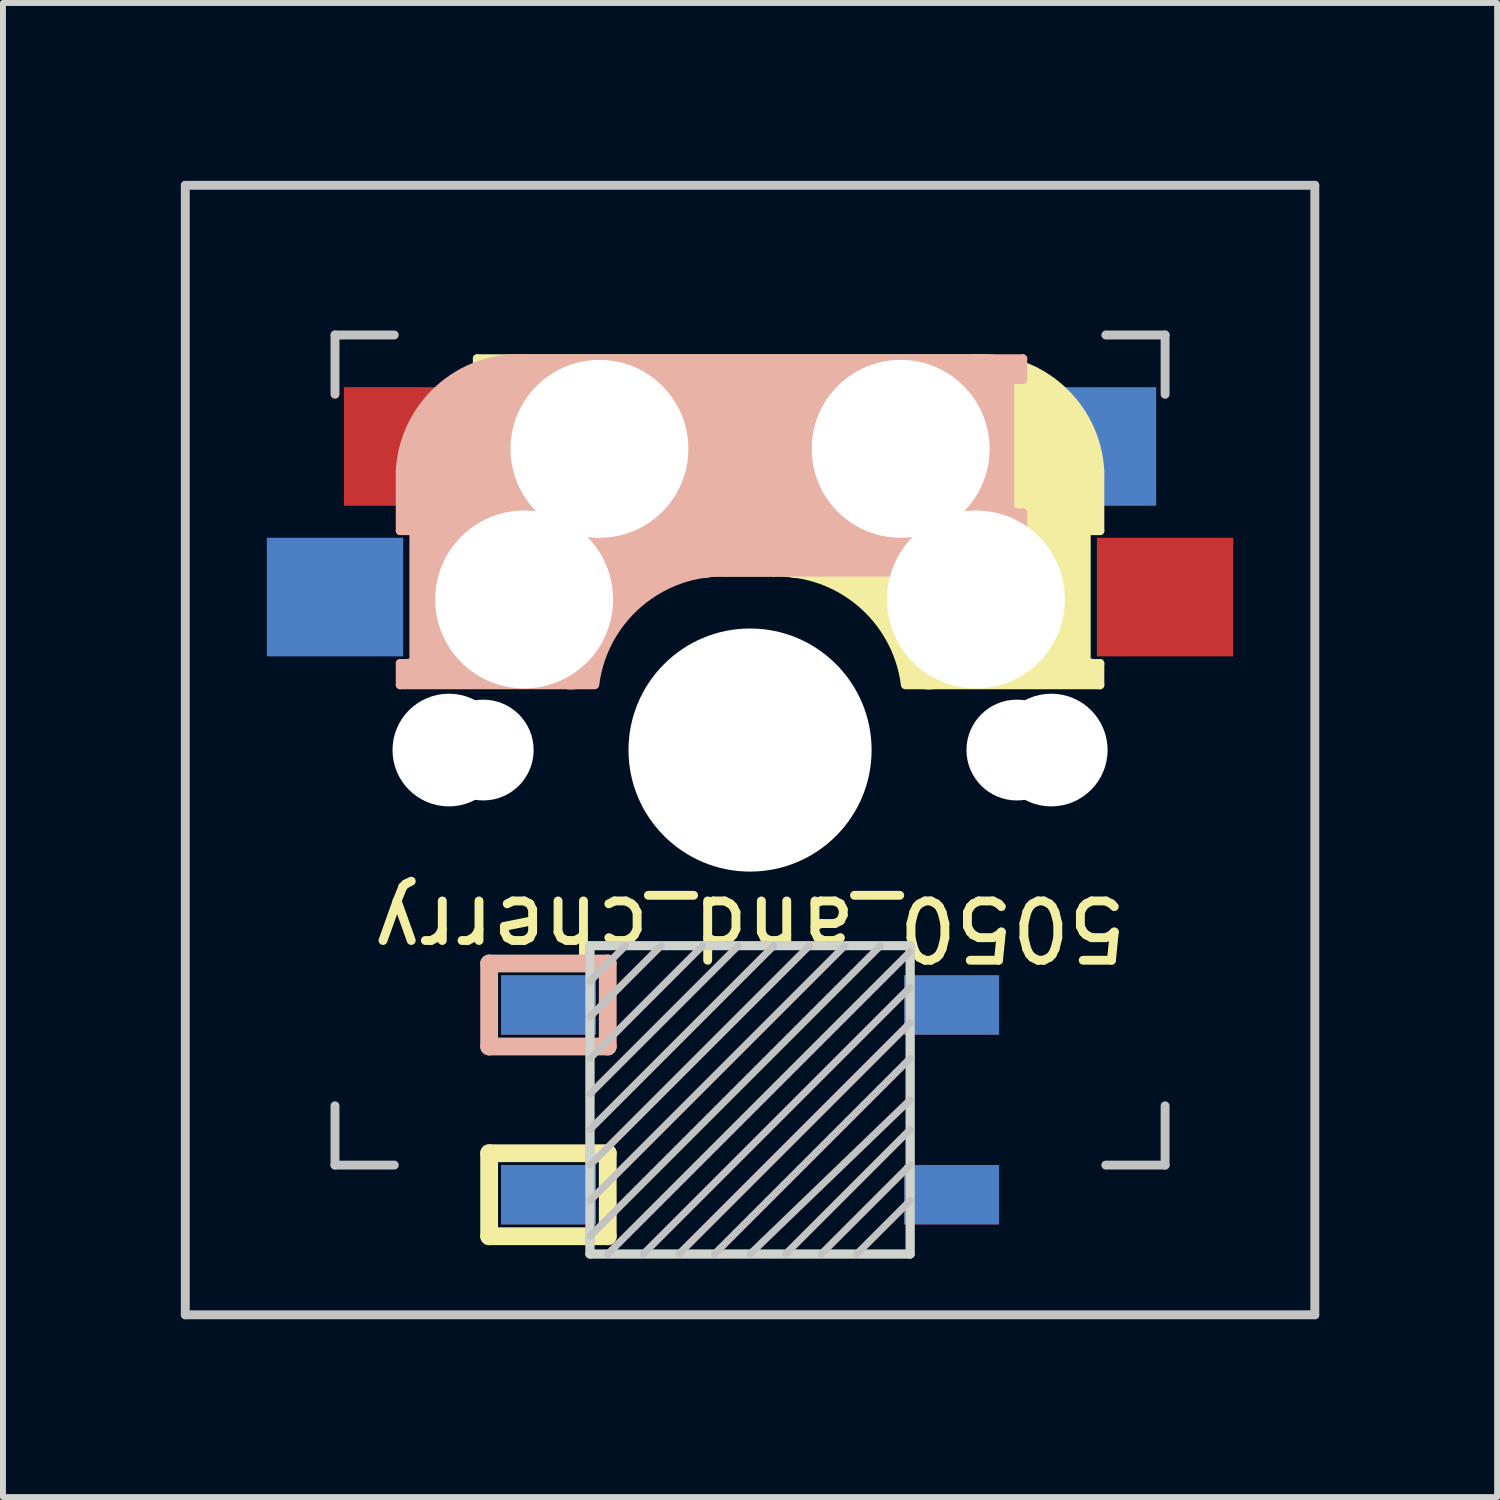
<source format=kicad_pcb>
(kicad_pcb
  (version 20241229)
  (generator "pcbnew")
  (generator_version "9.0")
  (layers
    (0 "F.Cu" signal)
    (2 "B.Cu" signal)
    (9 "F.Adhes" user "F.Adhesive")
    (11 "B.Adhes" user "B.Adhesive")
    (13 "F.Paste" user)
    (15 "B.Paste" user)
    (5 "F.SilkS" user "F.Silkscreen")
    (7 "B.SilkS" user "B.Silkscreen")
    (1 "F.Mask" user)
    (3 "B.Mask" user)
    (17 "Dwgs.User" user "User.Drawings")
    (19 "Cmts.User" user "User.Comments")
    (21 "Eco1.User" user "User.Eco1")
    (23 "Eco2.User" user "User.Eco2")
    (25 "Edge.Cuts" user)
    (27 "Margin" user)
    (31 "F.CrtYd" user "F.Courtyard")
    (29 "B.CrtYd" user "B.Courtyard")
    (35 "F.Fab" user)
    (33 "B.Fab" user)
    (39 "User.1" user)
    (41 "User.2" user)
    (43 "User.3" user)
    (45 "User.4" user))
  (footprint "5050_and_cherry"
    (layer "F.Cu")
    (at 9.6 9.6)
    (property "Reference" "5050_and_cherry" (at 0 3 180) (unlocked yes) (layer "F.SilkS") (effects (font (size 1 1) (thickness 0.15))))
    (attr through_hole)
    (fp_line (start -4.6 -6.6) (end 3.8 -6.6) (stroke (width 0.15) (type solid)) (layer "F.SilkS"))
    (fp_line (start -4.6 -6.25) (end -4.6 -6.6) (stroke (width 0.15) (type solid)) (layer "F.SilkS"))
    (fp_line (start -4.6 -4) (end -4.4 -4) (stroke (width 0.15) (type solid)) (layer "F.SilkS"))
    (fp_line (start -4.6 -3) (end -4.6 -4) (stroke (width 0.15) (type solid)) (layer "F.SilkS"))
    (fp_line (start -4.4 -6.4) (end -3 -6.4) (stroke (width 0.4) (type solid)) (layer "F.SilkS"))
    (fp_line (start -4.4 -6.25) (end -4.6 -6.25) (stroke (width 0.15) (type solid)) (layer "F.SilkS"))
    (fp_line (start -4.4 -3.9) (end -4.4 -3.2) (stroke (width 0.4) (type solid)) (layer "F.SilkS"))
    (fp_line (start -4.4 6.8) (end -2.4 6.8) (stroke (width 0.3) (type solid)) (layer "F.SilkS"))
    (fp_line (start -4.4 8.2) (end -4.4 6.8) (stroke (width 0.3) (type solid)) (layer "F.SilkS"))
    (fp_line (start -4.38 -4) (end -4.38 -6.25) (stroke (width 0.15) (type solid)) (layer "F.SilkS"))
    (fp_line (start -4.3 -3.3) (end -2.9 -3.3) (stroke (width 0.5) (type solid)) (layer "F.SilkS"))
    (fp_line (start -3.9 -6) (end -3.9 -3.5) (stroke (width 1) (type solid)) (layer "F.SilkS"))
    (fp_line (start -2.6 -4.8) (end 4.1 -4.8) (stroke (width 3.5) (type solid)) (layer "F.SilkS"))
    (fp_line (start -2.4 6.8) (end -2.4 8.2) (stroke (width 0.3) (type solid)) (layer "F.SilkS"))
    (fp_line (start -2.4 8.2) (end -4.4 8.2) (stroke (width 0.3) (type solid)) (layer "F.SilkS"))
    (fp_line (start 0.4 -3) (end -4.6 -3) (stroke (width 0.15) (type solid)) (layer "F.SilkS"))
    (fp_line (start 4.17 -5.1) (end 4.17 -2.86) (stroke (width 3) (type solid)) (layer "F.SilkS"))
    (fp_line (start 5.3 -1.6) (end 5.3 -3.4) (stroke (width 0.8) (type solid)) (layer "F.SilkS"))
    (fp_line (start 5.67 -3.7) (end 5.67 -1.46) (stroke (width 0.15) (type solid)) (layer "F.SilkS"))
    (fp_line (start 5.7 -1.46) (end 5.9 -1.46) (stroke (width 0.15) (type solid)) (layer "F.SilkS"))
    (fp_line (start 5.7 -1.3) (end 3 -1.3) (stroke (width 0.5) (type solid)) (layer "F.SilkS"))
    (fp_line (start 5.8 -3.8) (end 5.8 -4.7) (stroke (width 0.3) (type solid)) (layer "F.SilkS"))
    (fp_line (start 5.9 -4.7) (end 5.9 -3.7) (stroke (width 0.15) (type solid)) (layer "F.SilkS"))
    (fp_line (start 5.9 -3.7) (end 5.7 -3.7) (stroke (width 0.15) (type solid)) (layer "F.SilkS"))
    (fp_line (start 5.9 -1.1) (end 2.62 -1.1) (stroke (width 0.15) (type solid)) (layer "F.SilkS"))
    (fp_line (start 5.9 -1.1) (end 5.9 -1.46) (stroke (width 0.15) (type solid)) (layer "F.SilkS"))
    (fp_arc (start 0.4 -3) (mid 1.868709 -2.486118) (end 2.616318 -1.121471) (stroke (width 0.15) (type solid)) (layer "F.SilkS"))
    (fp_arc (start 0.8 -3.4) (mid 2.268709 -2.886118) (end 3.016318 -1.521471) (stroke (width 1) (type solid)) (layer "F.SilkS"))
    (fp_arc (start 3.8 -6.600001) (mid 5.243504 -6.084925) (end 5.900001 -4.7) (stroke (width 0.15) (type solid)) (layer "F.SilkS"))
    (fp_line (start -5.9 -4.7) (end -5.9 -3.7) (stroke (width 0.15) (type solid)) (layer "B.SilkS"))
    (fp_line (start -5.9 -3.7) (end -5.7 -3.7) (stroke (width 0.15) (type solid)) (layer "B.SilkS"))
    (fp_line (start -5.9 -1.1) (end -5.9 -1.46) (stroke (width 0.15) (type solid)) (layer "B.SilkS"))
    (fp_line (start -5.9 -1.1) (end -2.62 -1.1) (stroke (width 0.15) (type solid)) (layer "B.SilkS"))
    (fp_line (start -5.8 -3.8) (end -5.8 -4.7) (stroke (width 0.3) (type solid)) (layer "B.SilkS"))
    (fp_line (start -5.7 -1.46) (end -5.9 -1.46) (stroke (width 0.15) (type solid)) (layer "B.SilkS"))
    (fp_line (start -5.7 -1.3) (end -3 -1.3) (stroke (width 0.5) (type solid)) (layer "B.SilkS"))
    (fp_line (start -5.67 -3.7) (end -5.67 -1.46) (stroke (width 0.15) (type solid)) (layer "B.SilkS"))
    (fp_line (start -5.3 -1.6) (end -5.3 -3.4) (stroke (width 0.8) (type solid)) (layer "B.SilkS"))
    (fp_line (start -4.4 3.6) (end -2.4 3.6) (stroke (width 0.3) (type solid)) (layer "B.SilkS"))
    (fp_line (start -4.4 5) (end -4.4 3.6) (stroke (width 0.3) (type solid)) (layer "B.SilkS"))
    (fp_line (start -4.17 -5.1) (end -4.17 -2.86) (stroke (width 3) (type solid)) (layer "B.SilkS"))
    (fp_line (start -2.4 3.6) (end -2.4 5) (stroke (width 0.3) (type solid)) (layer "B.SilkS"))
    (fp_line (start -2.4 5) (end -4.4 5) (stroke (width 0.3) (type solid)) (layer "B.SilkS"))
    (fp_line (start -0.4 -3) (end 4.6 -3) (stroke (width 0.15) (type solid)) (layer "B.SilkS"))
    (fp_line (start 2.6 -4.8) (end -4.1 -4.8) (stroke (width 3.5) (type solid)) (layer "B.SilkS"))
    (fp_line (start 3.9 -6) (end 3.9 -3.5) (stroke (width 1) (type solid)) (layer "B.SilkS"))
    (fp_line (start 4.3 -3.3) (end 2.9 -3.3) (stroke (width 0.5) (type solid)) (layer "B.SilkS"))
    (fp_line (start 4.38 -4) (end 4.38 -6.25) (stroke (width 0.15) (type solid)) (layer "B.SilkS"))
    (fp_line (start 4.4 -6.4) (end 3 -6.4) (stroke (width 0.4) (type solid)) (layer "B.SilkS"))
    (fp_line (start 4.4 -6.25) (end 4.6 -6.25) (stroke (width 0.15) (type solid)) (layer "B.SilkS"))
    (fp_line (start 4.4 -3.9) (end 4.4 -3.2) (stroke (width 0.4) (type solid)) (layer "B.SilkS"))
    (fp_line (start 4.6 -6.6) (end -3.8 -6.6) (stroke (width 0.15) (type solid)) (layer "B.SilkS"))
    (fp_line (start 4.6 -6.25) (end 4.6 -6.6) (stroke (width 0.15) (type solid)) (layer "B.SilkS"))
    (fp_line (start 4.6 -4) (end 4.4 -4) (stroke (width 0.15) (type solid)) (layer "B.SilkS"))
    (fp_line (start 4.6 -3) (end 4.6 -4) (stroke (width 0.15) (type solid)) (layer "B.SilkS"))
    (fp_arc (start -5.9 -4.699999) (mid -5.243504 -6.084924) (end -3.800001 -6.6) (stroke (width 0.15) (type solid)) (layer "B.SilkS"))
    (fp_arc (start -3.016318 -1.521471) (mid -2.268709 -2.886118) (end -0.8 -3.4) (stroke (width 1) (type solid)) (layer "B.SilkS"))
    (fp_arc (start -2.616318 -1.121471) (mid -1.868709 -2.486118) (end -0.4 -3) (stroke (width 0.15) (type solid)) (layer "B.SilkS"))
    (fp_line (start -9.525 -9.525) (end 9.525 -9.525) (stroke (width 0.15) (type solid)) (layer "Dwgs.User"))
    (fp_line (start -9.525 9.525) (end -9.525 -9.525) (stroke (width 0.15) (type solid)) (layer "Dwgs.User"))
    (fp_line (start -7 -7) (end -6 -7) (stroke (width 0.15) (type solid)) (layer "Dwgs.User"))
    (fp_line (start -7 -6) (end -7 -7) (stroke (width 0.15) (type solid)) (layer "Dwgs.User"))
    (fp_line (start -7 6) (end -7 7) (stroke (width 0.15) (type solid)) (layer "Dwgs.User"))
    (fp_line (start -7 7) (end -6 7) (stroke (width 0.15) (type solid)) (layer "Dwgs.User"))
    (fp_line (start -2.1 3.3) (end -2.7 3.9) (stroke (width 0.12) (type solid)) (layer "Dwgs.User"))
    (fp_line (start -1.5 3.3) (end -2.7 4.5) (stroke (width 0.12) (type solid)) (layer "Dwgs.User"))
    (fp_line (start -0.8 3.3) (end -2.7 5.2) (stroke (width 0.12) (type solid)) (layer "Dwgs.User"))
    (fp_line (start -0.2 3.3) (end -2.7 5.8) (stroke (width 0.12) (type solid)) (layer "Dwgs.User"))
    (fp_line (start 0.4 3.3) (end -2.7 6.4) (stroke (width 0.12) (type solid)) (layer "Dwgs.User"))
    (fp_line (start 1 3.3) (end -2.7 7) (stroke (width 0.12) (type solid)) (layer "Dwgs.User"))
    (fp_line (start 1.2 8.5) (end 2.7 7) (stroke (width 0.12) (type solid)) (layer "Dwgs.User"))
    (fp_line (start 1.6 3.3) (end -2.7 7.6) (stroke (width 0.12) (type solid)) (layer "Dwgs.User"))
    (fp_line (start 2.2 3.3) (end -2.7 8.2) (stroke (width 0.12) (type solid)) (layer "Dwgs.User"))
    (fp_line (start 2.7 3.4) (end -2.4 8.5) (stroke (width 0.12) (type solid)) (layer "Dwgs.User"))
    (fp_line (start 2.7 4) (end -1.8 8.5) (stroke (width 0.12) (type solid)) (layer "Dwgs.User"))
    (fp_line (start 2.7 4.6) (end -1.2 8.5) (stroke (width 0.12) (type solid)) (layer "Dwgs.User"))
    (fp_line (start 2.7 5.2) (end -0.6 8.5) (stroke (width 0.12) (type solid)) (layer "Dwgs.User"))
    (fp_line (start 2.7 5.9) (end 0 8.5) (stroke (width 0.12) (type solid)) (layer "Dwgs.User"))
    (fp_line (start 2.7 6.4) (end 0.6 8.5) (stroke (width 0.12) (type solid)) (layer "Dwgs.User"))
    (fp_line (start 2.7 7.6) (end 1.8 8.5) (stroke (width 0.12) (type solid)) (layer "Dwgs.User"))
    (fp_line (start 6 7) (end 7 7) (stroke (width 0.15) (type solid)) (layer "Dwgs.User"))
    (fp_line (start 7 -7) (end 6 -7) (stroke (width 0.15) (type solid)) (layer "Dwgs.User"))
    (fp_line (start 7 -7) (end 7 -6) (stroke (width 0.15) (type solid)) (layer "Dwgs.User"))
    (fp_line (start 7 7) (end 7 6) (stroke (width 0.15) (type solid)) (layer "Dwgs.User"))
    (fp_line (start 9.525 -9.525) (end 9.525 9.525) (stroke (width 0.15) (type solid)) (layer "Dwgs.User"))
    (fp_line (start 9.525 9.525) (end -9.525 9.525) (stroke (width 0.15) (type solid)) (layer "Dwgs.User"))
    (fp_line (start -2.7 3.3) (end -2.7 8.5) (stroke (width 0.15) (type solid)) (layer "Edge.Cuts"))
    (fp_line (start -2.7 3.3) (end 2.7 3.3) (stroke (width 0.15) (type solid)) (layer "Edge.Cuts"))
    (fp_line (start 2.7 3.3) (end 2.7 8.5) (stroke (width 0.15) (type solid)) (layer "Edge.Cuts"))
    (fp_line (start 2.7 8.5) (end -2.7 8.5) (stroke (width 0.15) (type solid)) (layer "Edge.Cuts"))
    (fp_line (start -2.7 3.3) (end -2.7 8.5) (stroke (width 0.15) (type solid)) (layer "F.Fab"))
    (fp_line (start -2.7 3.3) (end 2.7 3.3) (stroke (width 0.15) (type solid)) (layer "F.Fab"))
    (fp_line (start 2.7 3.3) (end 2.7 8.5) (stroke (width 0.15) (type solid)) (layer "F.Fab"))
    (fp_line (start 2.7 8.5) (end -2.7 8.5) (stroke (width 0.15) (type solid)) (layer "F.Fab"))
    (pad "" np_thru_hole circle (at -5.08 0) (size 1.9 1.9) (drill 1.9) (layers "*.Cu" "*.Mask"))
    (pad "" np_thru_hole circle (at -4.5 0) (size 1.7 1.7) (drill 1.7) (layers "*.Cu" "*.Mask"))
    (pad "" np_thru_hole circle (at -3.81 -2.54 180) (size 3 3) (drill 3) (layers "*.Cu" "*.Mask"))
    (pad "" np_thru_hole circle (at -2.54 -5.08 180) (size 3 3) (drill 3) (layers "*.Cu" "*.Mask"))
    (pad "" np_thru_hole circle (at 0 0 90) (size 4.1 4.1) (drill 4.1) (layers "*.Cu" "*.Mask"))
    (pad "" np_thru_hole circle (at 2.54 -5.08 180) (size 3 3) (drill 3) (layers "*.Cu" "*.Mask"))
    (pad "" np_thru_hole circle (at 3.81 -2.54 180) (size 3 3) (drill 3) (layers "*.Cu" "*.Mask"))
    (pad "" np_thru_hole circle (at 4.5 0) (size 1.7 1.7) (drill 1.7) (layers "*.Cu" "*.Mask"))
    (pad "" np_thru_hole circle (at 5.08 0) (size 1.9 1.9) (drill 1.9) (layers "*.Cu" "*.Mask"))
    (pad "1" smd rect (at -3.4 4.3) (size 1.6 1) (layers "B.Cu" "B.Mask" "B.Paste"))
    (pad "1" smd rect (at -3.4 7.5) (size 1.6 1) (layers "F.Cu" "F.Mask" "F.Paste"))
    (pad "2" smd rect (at -3.4 4.3) (size 1.6 1) (layers "F.Cu" "F.Mask" "F.Paste"))
    (pad "2" smd rect (at -3.4 7.5) (size 1.6 1) (layers "B.Cu" "B.Mask" "B.Paste"))
    (pad "3" smd rect (at 3.4 4.3) (size 1.6 1) (layers "F.Cu" "F.Mask" "F.Paste"))
    (pad "3" smd rect (at 3.4 7.5) (size 1.6 1) (layers "B.Cu" "B.Mask" "B.Paste"))
    (pad "4" smd rect (at 3.4 4.3) (size 1.6 1) (layers "B.Cu" "B.Mask" "B.Paste"))
    (pad "4" smd rect (at 3.4 7.5) (size 1.6 1) (layers "F.Cu" "F.Mask" "F.Paste"))
    (pad "5" smd rect (at -7 -2.58 180) (size 2.3 2) (layers "B.Cu" "B.Mask" "B.Paste"))
    (pad "5" smd rect (at 7 -2.58 180) (size 2.3 2) (layers "F.Cu" "F.Mask" "F.Paste"))
    (pad "6" smd rect (at -5.7 -5.12 180) (size 2.3 2) (layers "F.Cu" "F.Mask" "F.Paste"))
    (pad "6" smd rect (at 5.7 -5.12 180) (size 2.3 2) (layers "B.Cu" "B.Mask" "B.Paste")))
  (gr_rect
    (start -3 -3)
    (end 22.2 22.2)
    (stroke (width 0.1) (type default))
    (fill no)
    (layer "Edge.Cuts")))
</source>
